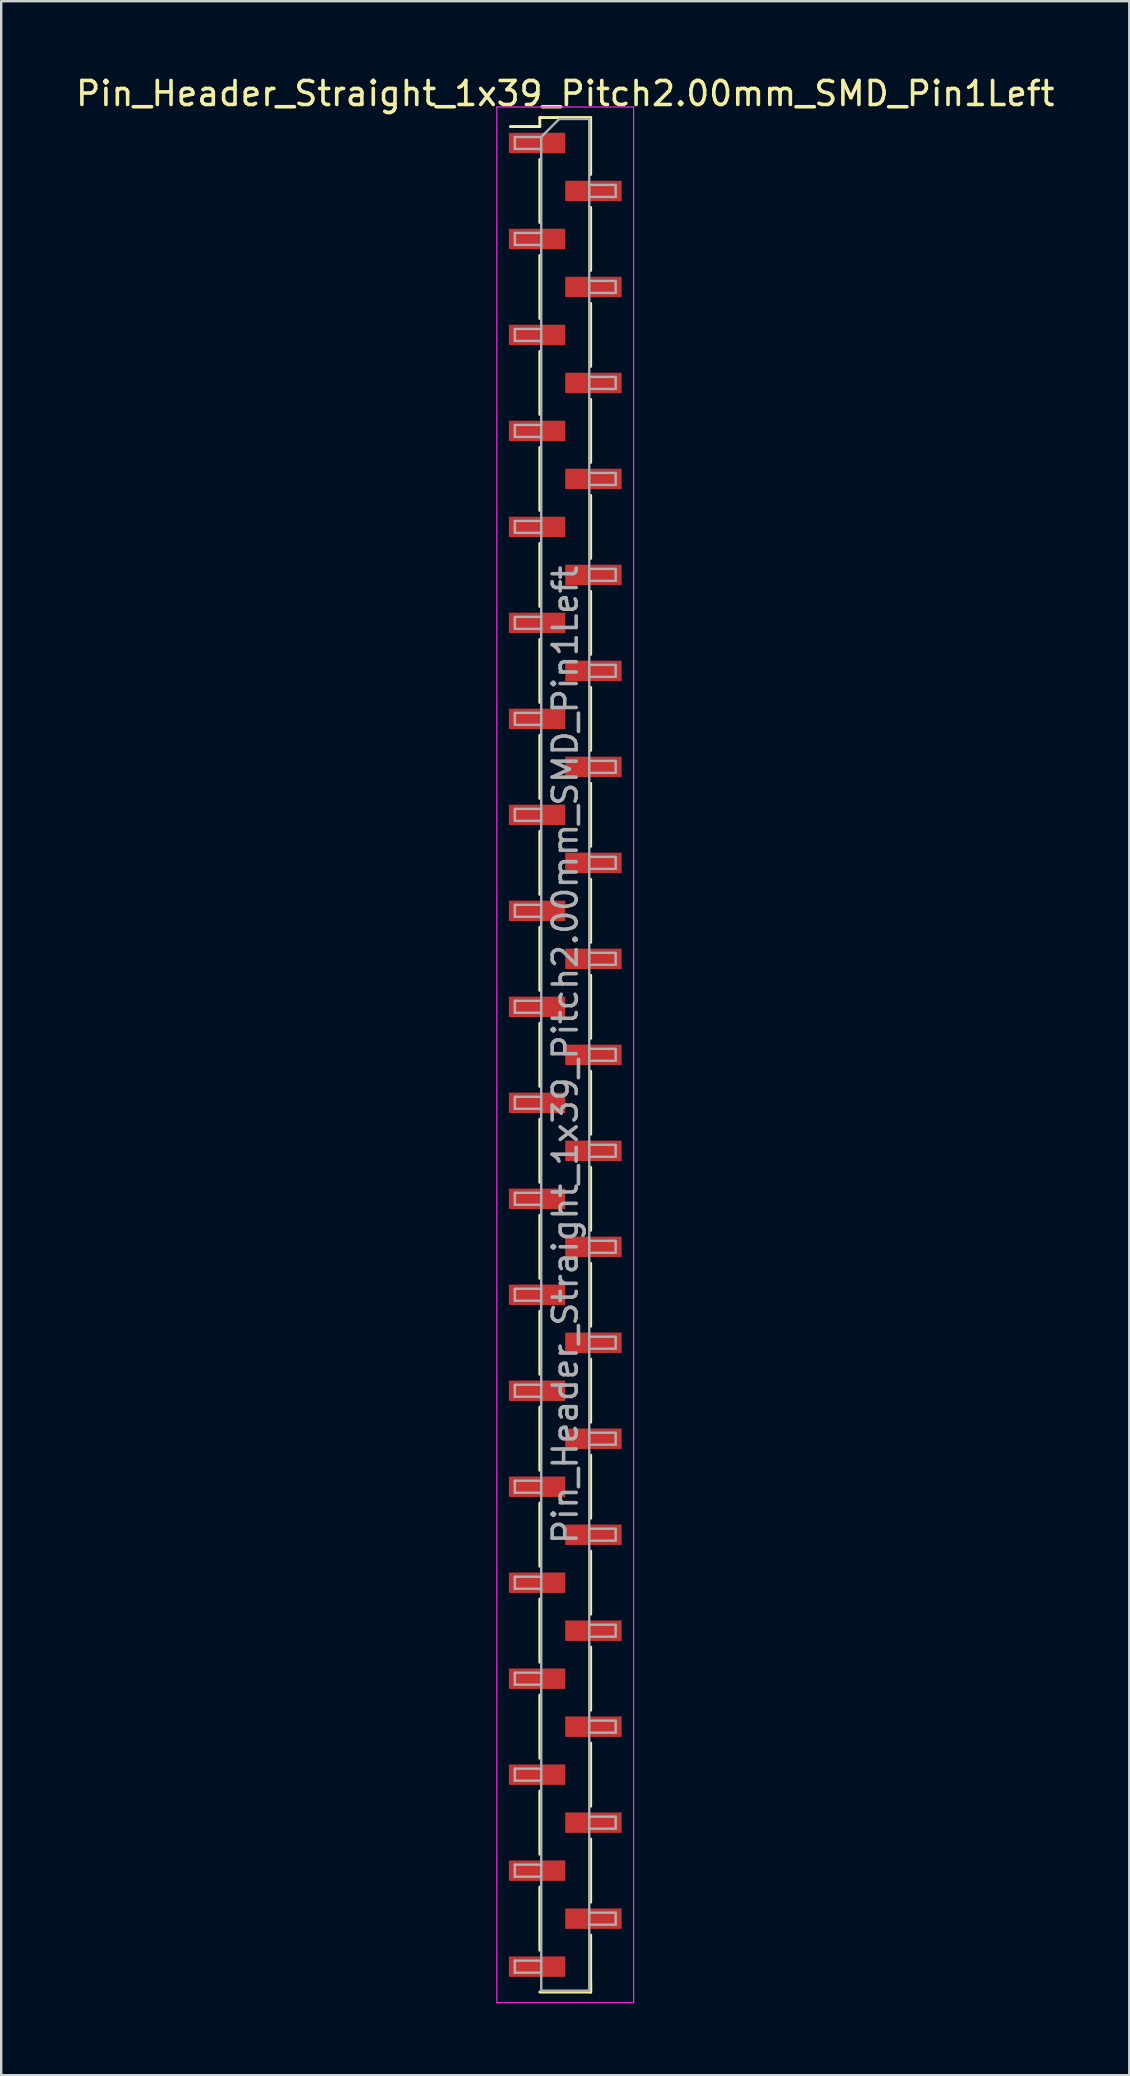
<source format=kicad_pcb>
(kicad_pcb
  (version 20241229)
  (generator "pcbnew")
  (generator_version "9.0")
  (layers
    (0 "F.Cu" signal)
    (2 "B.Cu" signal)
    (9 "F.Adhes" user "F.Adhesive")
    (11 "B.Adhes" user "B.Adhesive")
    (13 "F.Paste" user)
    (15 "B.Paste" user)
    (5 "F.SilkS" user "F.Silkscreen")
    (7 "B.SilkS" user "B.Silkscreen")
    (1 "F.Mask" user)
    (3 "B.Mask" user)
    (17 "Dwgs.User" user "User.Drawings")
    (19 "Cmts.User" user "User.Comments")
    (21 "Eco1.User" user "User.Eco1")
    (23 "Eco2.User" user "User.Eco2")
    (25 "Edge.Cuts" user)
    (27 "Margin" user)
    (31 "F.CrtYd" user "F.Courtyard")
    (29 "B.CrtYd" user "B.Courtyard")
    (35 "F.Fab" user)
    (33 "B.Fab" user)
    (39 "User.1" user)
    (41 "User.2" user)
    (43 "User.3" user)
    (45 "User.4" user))
  (footprint "Pin_Header_Straight_1x39_Pitch2.00mm_SMD_Pin1Left"
    (layer "F.Cu")
    (at 20.506 40.908)
    (property "Reference" "Pin_Header_Straight_1x39_Pitch2.00mm_SMD_Pin1Left" (at 0 -40.06 0) (layer "F.SilkS") (effects (font (size 1 1) (thickness 0.15))))
    (attr smd)
    (fp_line (start -1.06 -39.06) (end -1.06 -38.685) (stroke (width 0.12) (type solid)) (layer "F.SilkS"))
    (fp_line (start -1.06 -39.06) (end 1.06 -39.06) (stroke (width 0.12) (type solid)) (layer "F.SilkS"))
    (fp_line (start -1.06 -38.685) (end -2.29 -38.685) (stroke (width 0.12) (type solid)) (layer "F.SilkS"))
    (fp_line (start -1.06 -37.315) (end -1.06 -34.685) (stroke (width 0.12) (type solid)) (layer "F.SilkS"))
    (fp_line (start -1.06 -33.315) (end -1.06 -30.685) (stroke (width 0.12) (type solid)) (layer "F.SilkS"))
    (fp_line (start -1.06 -29.315) (end -1.06 -26.685) (stroke (width 0.12) (type solid)) (layer "F.SilkS"))
    (fp_line (start -1.06 -25.315) (end -1.06 -22.685) (stroke (width 0.12) (type solid)) (layer "F.SilkS"))
    (fp_line (start -1.06 -21.315) (end -1.06 -18.685) (stroke (width 0.12) (type solid)) (layer "F.SilkS"))
    (fp_line (start -1.06 -17.315) (end -1.06 -14.685) (stroke (width 0.12) (type solid)) (layer "F.SilkS"))
    (fp_line (start -1.06 -13.315) (end -1.06 -10.685) (stroke (width 0.12) (type solid)) (layer "F.SilkS"))
    (fp_line (start -1.06 -9.315) (end -1.06 -6.685) (stroke (width 0.12) (type solid)) (layer "F.SilkS"))
    (fp_line (start -1.06 -5.315) (end -1.06 -2.685) (stroke (width 0.12) (type solid)) (layer "F.SilkS"))
    (fp_line (start -1.06 -1.315) (end -1.06 1.315) (stroke (width 0.12) (type solid)) (layer "F.SilkS"))
    (fp_line (start -1.06 2.685) (end -1.06 5.315) (stroke (width 0.12) (type solid)) (layer "F.SilkS"))
    (fp_line (start -1.06 6.685) (end -1.06 9.315) (stroke (width 0.12) (type solid)) (layer "F.SilkS"))
    (fp_line (start -1.06 10.685) (end -1.06 13.315) (stroke (width 0.12) (type solid)) (layer "F.SilkS"))
    (fp_line (start -1.06 14.685) (end -1.06 17.315) (stroke (width 0.12) (type solid)) (layer "F.SilkS"))
    (fp_line (start -1.06 18.685) (end -1.06 21.315) (stroke (width 0.12) (type solid)) (layer "F.SilkS"))
    (fp_line (start -1.06 22.685) (end -1.06 25.315) (stroke (width 0.12) (type solid)) (layer "F.SilkS"))
    (fp_line (start -1.06 26.685) (end -1.06 29.315) (stroke (width 0.12) (type solid)) (layer "F.SilkS"))
    (fp_line (start -1.06 30.685) (end -1.06 33.315) (stroke (width 0.12) (type solid)) (layer "F.SilkS"))
    (fp_line (start -1.06 34.685) (end -1.06 37.315) (stroke (width 0.12) (type solid)) (layer "F.SilkS"))
    (fp_line (start -1.06 39.06) (end 1.06 39.06) (stroke (width 0.12) (type solid)) (layer "F.SilkS"))
    (fp_line (start 1.06 -39.06) (end 1.06 -36.685) (stroke (width 0.12) (type solid)) (layer "F.SilkS"))
    (fp_line (start 1.06 -35.315) (end 1.06 -32.685) (stroke (width 0.12) (type solid)) (layer "F.SilkS"))
    (fp_line (start 1.06 -31.315) (end 1.06 -28.685) (stroke (width 0.12) (type solid)) (layer "F.SilkS"))
    (fp_line (start 1.06 -27.315) (end 1.06 -24.685) (stroke (width 0.12) (type solid)) (layer "F.SilkS"))
    (fp_line (start 1.06 -23.315) (end 1.06 -20.685) (stroke (width 0.12) (type solid)) (layer "F.SilkS"))
    (fp_line (start 1.06 -19.315) (end 1.06 -16.685) (stroke (width 0.12) (type solid)) (layer "F.SilkS"))
    (fp_line (start 1.06 -15.315) (end 1.06 -12.685) (stroke (width 0.12) (type solid)) (layer "F.SilkS"))
    (fp_line (start 1.06 -11.315) (end 1.06 -8.685) (stroke (width 0.12) (type solid)) (layer "F.SilkS"))
    (fp_line (start 1.06 -7.315) (end 1.06 -4.685) (stroke (width 0.12) (type solid)) (layer "F.SilkS"))
    (fp_line (start 1.06 -3.315) (end 1.06 -0.685) (stroke (width 0.12) (type solid)) (layer "F.SilkS"))
    (fp_line (start 1.06 0.685) (end 1.06 3.315) (stroke (width 0.12) (type solid)) (layer "F.SilkS"))
    (fp_line (start 1.06 4.685) (end 1.06 7.315) (stroke (width 0.12) (type solid)) (layer "F.SilkS"))
    (fp_line (start 1.06 8.685) (end 1.06 11.315) (stroke (width 0.12) (type solid)) (layer "F.SilkS"))
    (fp_line (start 1.06 12.685) (end 1.06 15.315) (stroke (width 0.12) (type solid)) (layer "F.SilkS"))
    (fp_line (start 1.06 16.685) (end 1.06 19.315) (stroke (width 0.12) (type solid)) (layer "F.SilkS"))
    (fp_line (start 1.06 20.685) (end 1.06 23.315) (stroke (width 0.12) (type solid)) (layer "F.SilkS"))
    (fp_line (start 1.06 24.685) (end 1.06 27.315) (stroke (width 0.12) (type solid)) (layer "F.SilkS"))
    (fp_line (start 1.06 28.685) (end 1.06 31.315) (stroke (width 0.12) (type solid)) (layer "F.SilkS"))
    (fp_line (start 1.06 32.685) (end 1.06 35.315) (stroke (width 0.12) (type solid)) (layer "F.SilkS"))
    (fp_line (start 1.06 36.685) (end 1.06 39.06) (stroke (width 0.12) (type solid)) (layer "F.SilkS"))
    (fp_line (start 1.06 38.685) (end 1.06 39.06) (stroke (width 0.12) (type solid)) (layer "F.SilkS"))
    (fp_line (start -2.85 -39.5) (end -2.85 39.5) (stroke (width 0.05) (type solid)) (layer "F.CrtYd"))
    (fp_line (start -2.85 39.5) (end 2.85 39.5) (stroke (width 0.05) (type solid)) (layer "F.CrtYd"))
    (fp_line (start 2.85 -39.5) (end -2.85 -39.5) (stroke (width 0.05) (type solid)) (layer "F.CrtYd"))
    (fp_line (start 2.85 39.5) (end 2.85 -39.5) (stroke (width 0.05) (type solid)) (layer "F.CrtYd"))
    (fp_line (start -2.1 -38.25) (end -2.1 -37.75) (stroke (width 0.1) (type solid)) (layer "F.Fab"))
    (fp_line (start -2.1 -37.75) (end -1 -37.75) (stroke (width 0.1) (type solid)) (layer "F.Fab"))
    (fp_line (start -2.1 -34.25) (end -2.1 -33.75) (stroke (width 0.1) (type solid)) (layer "F.Fab"))
    (fp_line (start -2.1 -33.75) (end -1 -33.75) (stroke (width 0.1) (type solid)) (layer "F.Fab"))
    (fp_line (start -2.1 -30.25) (end -2.1 -29.75) (stroke (width 0.1) (type solid)) (layer "F.Fab"))
    (fp_line (start -2.1 -29.75) (end -1 -29.75) (stroke (width 0.1) (type solid)) (layer "F.Fab"))
    (fp_line (start -2.1 -26.25) (end -2.1 -25.75) (stroke (width 0.1) (type solid)) (layer "F.Fab"))
    (fp_line (start -2.1 -25.75) (end -1 -25.75) (stroke (width 0.1) (type solid)) (layer "F.Fab"))
    (fp_line (start -2.1 -22.25) (end -2.1 -21.75) (stroke (width 0.1) (type solid)) (layer "F.Fab"))
    (fp_line (start -2.1 -21.75) (end -1 -21.75) (stroke (width 0.1) (type solid)) (layer "F.Fab"))
    (fp_line (start -2.1 -18.25) (end -2.1 -17.75) (stroke (width 0.1) (type solid)) (layer "F.Fab"))
    (fp_line (start -2.1 -17.75) (end -1 -17.75) (stroke (width 0.1) (type solid)) (layer "F.Fab"))
    (fp_line (start -2.1 -14.25) (end -2.1 -13.75) (stroke (width 0.1) (type solid)) (layer "F.Fab"))
    (fp_line (start -2.1 -13.75) (end -1 -13.75) (stroke (width 0.1) (type solid)) (layer "F.Fab"))
    (fp_line (start -2.1 -10.25) (end -2.1 -9.75) (stroke (width 0.1) (type solid)) (layer "F.Fab"))
    (fp_line (start -2.1 -9.75) (end -1 -9.75) (stroke (width 0.1) (type solid)) (layer "F.Fab"))
    (fp_line (start -2.1 -6.25) (end -2.1 -5.75) (stroke (width 0.1) (type solid)) (layer "F.Fab"))
    (fp_line (start -2.1 -5.75) (end -1 -5.75) (stroke (width 0.1) (type solid)) (layer "F.Fab"))
    (fp_line (start -2.1 -2.25) (end -2.1 -1.75) (stroke (width 0.1) (type solid)) (layer "F.Fab"))
    (fp_line (start -2.1 -1.75) (end -1 -1.75) (stroke (width 0.1) (type solid)) (layer "F.Fab"))
    (fp_line (start -2.1 1.75) (end -2.1 2.25) (stroke (width 0.1) (type solid)) (layer "F.Fab"))
    (fp_line (start -2.1 2.25) (end -1 2.25) (stroke (width 0.1) (type solid)) (layer "F.Fab"))
    (fp_line (start -2.1 5.75) (end -2.1 6.25) (stroke (width 0.1) (type solid)) (layer "F.Fab"))
    (fp_line (start -2.1 6.25) (end -1 6.25) (stroke (width 0.1) (type solid)) (layer "F.Fab"))
    (fp_line (start -2.1 9.75) (end -2.1 10.25) (stroke (width 0.1) (type solid)) (layer "F.Fab"))
    (fp_line (start -2.1 10.25) (end -1 10.25) (stroke (width 0.1) (type solid)) (layer "F.Fab"))
    (fp_line (start -2.1 13.75) (end -2.1 14.25) (stroke (width 0.1) (type solid)) (layer "F.Fab"))
    (fp_line (start -2.1 14.25) (end -1 14.25) (stroke (width 0.1) (type solid)) (layer "F.Fab"))
    (fp_line (start -2.1 17.75) (end -2.1 18.25) (stroke (width 0.1) (type solid)) (layer "F.Fab"))
    (fp_line (start -2.1 18.25) (end -1 18.25) (stroke (width 0.1) (type solid)) (layer "F.Fab"))
    (fp_line (start -2.1 21.75) (end -2.1 22.25) (stroke (width 0.1) (type solid)) (layer "F.Fab"))
    (fp_line (start -2.1 22.25) (end -1 22.25) (stroke (width 0.1) (type solid)) (layer "F.Fab"))
    (fp_line (start -2.1 25.75) (end -2.1 26.25) (stroke (width 0.1) (type solid)) (layer "F.Fab"))
    (fp_line (start -2.1 26.25) (end -1 26.25) (stroke (width 0.1) (type solid)) (layer "F.Fab"))
    (fp_line (start -2.1 29.75) (end -2.1 30.25) (stroke (width 0.1) (type solid)) (layer "F.Fab"))
    (fp_line (start -2.1 30.25) (end -1 30.25) (stroke (width 0.1) (type solid)) (layer "F.Fab"))
    (fp_line (start -2.1 33.75) (end -2.1 34.25) (stroke (width 0.1) (type solid)) (layer "F.Fab"))
    (fp_line (start -2.1 34.25) (end -1 34.25) (stroke (width 0.1) (type solid)) (layer "F.Fab"))
    (fp_line (start -2.1 37.75) (end -2.1 38.25) (stroke (width 0.1) (type solid)) (layer "F.Fab"))
    (fp_line (start -2.1 38.25) (end -1 38.25) (stroke (width 0.1) (type solid)) (layer "F.Fab"))
    (fp_line (start -1 -38.25) (end -2.1 -38.25) (stroke (width 0.1) (type solid)) (layer "F.Fab"))
    (fp_line (start -1 -38.25) (end -0.25 -39) (stroke (width 0.1) (type solid)) (layer "F.Fab"))
    (fp_line (start -1 -34.25) (end -2.1 -34.25) (stroke (width 0.1) (type solid)) (layer "F.Fab"))
    (fp_line (start -1 -30.25) (end -2.1 -30.25) (stroke (width 0.1) (type solid)) (layer "F.Fab"))
    (fp_line (start -1 -26.25) (end -2.1 -26.25) (stroke (width 0.1) (type solid)) (layer "F.Fab"))
    (fp_line (start -1 -22.25) (end -2.1 -22.25) (stroke (width 0.1) (type solid)) (layer "F.Fab"))
    (fp_line (start -1 -18.25) (end -2.1 -18.25) (stroke (width 0.1) (type solid)) (layer "F.Fab"))
    (fp_line (start -1 -14.25) (end -2.1 -14.25) (stroke (width 0.1) (type solid)) (layer "F.Fab"))
    (fp_line (start -1 -10.25) (end -2.1 -10.25) (stroke (width 0.1) (type solid)) (layer "F.Fab"))
    (fp_line (start -1 -6.25) (end -2.1 -6.25) (stroke (width 0.1) (type solid)) (layer "F.Fab"))
    (fp_line (start -1 -2.25) (end -2.1 -2.25) (stroke (width 0.1) (type solid)) (layer "F.Fab"))
    (fp_line (start -1 1.75) (end -2.1 1.75) (stroke (width 0.1) (type solid)) (layer "F.Fab"))
    (fp_line (start -1 5.75) (end -2.1 5.75) (stroke (width 0.1) (type solid)) (layer "F.Fab"))
    (fp_line (start -1 9.75) (end -2.1 9.75) (stroke (width 0.1) (type solid)) (layer "F.Fab"))
    (fp_line (start -1 13.75) (end -2.1 13.75) (stroke (width 0.1) (type solid)) (layer "F.Fab"))
    (fp_line (start -1 17.75) (end -2.1 17.75) (stroke (width 0.1) (type solid)) (layer "F.Fab"))
    (fp_line (start -1 21.75) (end -2.1 21.75) (stroke (width 0.1) (type solid)) (layer "F.Fab"))
    (fp_line (start -1 25.75) (end -2.1 25.75) (stroke (width 0.1) (type solid)) (layer "F.Fab"))
    (fp_line (start -1 29.75) (end -2.1 29.75) (stroke (width 0.1) (type solid)) (layer "F.Fab"))
    (fp_line (start -1 33.75) (end -2.1 33.75) (stroke (width 0.1) (type solid)) (layer "F.Fab"))
    (fp_line (start -1 37.75) (end -2.1 37.75) (stroke (width 0.1) (type solid)) (layer "F.Fab"))
    (fp_line (start -1 39) (end -1 -38.25) (stroke (width 0.1) (type solid)) (layer "F.Fab"))
    (fp_line (start -0.25 -39) (end 1 -39) (stroke (width 0.1) (type solid)) (layer "F.Fab"))
    (fp_line (start 1 -39) (end 1 39) (stroke (width 0.1) (type solid)) (layer "F.Fab"))
    (fp_line (start 1 -36.25) (end 2.1 -36.25) (stroke (width 0.1) (type solid)) (layer "F.Fab"))
    (fp_line (start 1 -32.25) (end 2.1 -32.25) (stroke (width 0.1) (type solid)) (layer "F.Fab"))
    (fp_line (start 1 -28.25) (end 2.1 -28.25) (stroke (width 0.1) (type solid)) (layer "F.Fab"))
    (fp_line (start 1 -24.25) (end 2.1 -24.25) (stroke (width 0.1) (type solid)) (layer "F.Fab"))
    (fp_line (start 1 -20.25) (end 2.1 -20.25) (stroke (width 0.1) (type solid)) (layer "F.Fab"))
    (fp_line (start 1 -16.25) (end 2.1 -16.25) (stroke (width 0.1) (type solid)) (layer "F.Fab"))
    (fp_line (start 1 -12.25) (end 2.1 -12.25) (stroke (width 0.1) (type solid)) (layer "F.Fab"))
    (fp_line (start 1 -8.25) (end 2.1 -8.25) (stroke (width 0.1) (type solid)) (layer "F.Fab"))
    (fp_line (start 1 -4.25) (end 2.1 -4.25) (stroke (width 0.1) (type solid)) (layer "F.Fab"))
    (fp_line (start 1 -0.25) (end 2.1 -0.25) (stroke (width 0.1) (type solid)) (layer "F.Fab"))
    (fp_line (start 1 3.75) (end 2.1 3.75) (stroke (width 0.1) (type solid)) (layer "F.Fab"))
    (fp_line (start 1 7.75) (end 2.1 7.75) (stroke (width 0.1) (type solid)) (layer "F.Fab"))
    (fp_line (start 1 11.75) (end 2.1 11.75) (stroke (width 0.1) (type solid)) (layer "F.Fab"))
    (fp_line (start 1 15.75) (end 2.1 15.75) (stroke (width 0.1) (type solid)) (layer "F.Fab"))
    (fp_line (start 1 19.75) (end 2.1 19.75) (stroke (width 0.1) (type solid)) (layer "F.Fab"))
    (fp_line (start 1 23.75) (end 2.1 23.75) (stroke (width 0.1) (type solid)) (layer "F.Fab"))
    (fp_line (start 1 27.75) (end 2.1 27.75) (stroke (width 0.1) (type solid)) (layer "F.Fab"))
    (fp_line (start 1 31.75) (end 2.1 31.75) (stroke (width 0.1) (type solid)) (layer "F.Fab"))
    (fp_line (start 1 35.75) (end 2.1 35.75) (stroke (width 0.1) (type solid)) (layer "F.Fab"))
    (fp_line (start 1 39) (end -1 39) (stroke (width 0.1) (type solid)) (layer "F.Fab"))
    (fp_line (start 2.1 -36.25) (end 2.1 -35.75) (stroke (width 0.1) (type solid)) (layer "F.Fab"))
    (fp_line (start 2.1 -35.75) (end 1 -35.75) (stroke (width 0.1) (type solid)) (layer "F.Fab"))
    (fp_line (start 2.1 -32.25) (end 2.1 -31.75) (stroke (width 0.1) (type solid)) (layer "F.Fab"))
    (fp_line (start 2.1 -31.75) (end 1 -31.75) (stroke (width 0.1) (type solid)) (layer "F.Fab"))
    (fp_line (start 2.1 -28.25) (end 2.1 -27.75) (stroke (width 0.1) (type solid)) (layer "F.Fab"))
    (fp_line (start 2.1 -27.75) (end 1 -27.75) (stroke (width 0.1) (type solid)) (layer "F.Fab"))
    (fp_line (start 2.1 -24.25) (end 2.1 -23.75) (stroke (width 0.1) (type solid)) (layer "F.Fab"))
    (fp_line (start 2.1 -23.75) (end 1 -23.75) (stroke (width 0.1) (type solid)) (layer "F.Fab"))
    (fp_line (start 2.1 -20.25) (end 2.1 -19.75) (stroke (width 0.1) (type solid)) (layer "F.Fab"))
    (fp_line (start 2.1 -19.75) (end 1 -19.75) (stroke (width 0.1) (type solid)) (layer "F.Fab"))
    (fp_line (start 2.1 -16.25) (end 2.1 -15.75) (stroke (width 0.1) (type solid)) (layer "F.Fab"))
    (fp_line (start 2.1 -15.75) (end 1 -15.75) (stroke (width 0.1) (type solid)) (layer "F.Fab"))
    (fp_line (start 2.1 -12.25) (end 2.1 -11.75) (stroke (width 0.1) (type solid)) (layer "F.Fab"))
    (fp_line (start 2.1 -11.75) (end 1 -11.75) (stroke (width 0.1) (type solid)) (layer "F.Fab"))
    (fp_line (start 2.1 -8.25) (end 2.1 -7.75) (stroke (width 0.1) (type solid)) (layer "F.Fab"))
    (fp_line (start 2.1 -7.75) (end 1 -7.75) (stroke (width 0.1) (type solid)) (layer "F.Fab"))
    (fp_line (start 2.1 -4.25) (end 2.1 -3.75) (stroke (width 0.1) (type solid)) (layer "F.Fab"))
    (fp_line (start 2.1 -3.75) (end 1 -3.75) (stroke (width 0.1) (type solid)) (layer "F.Fab"))
    (fp_line (start 2.1 -0.25) (end 2.1 0.25) (stroke (width 0.1) (type solid)) (layer "F.Fab"))
    (fp_line (start 2.1 0.25) (end 1 0.25) (stroke (width 0.1) (type solid)) (layer "F.Fab"))
    (fp_line (start 2.1 3.75) (end 2.1 4.25) (stroke (width 0.1) (type solid)) (layer "F.Fab"))
    (fp_line (start 2.1 4.25) (end 1 4.25) (stroke (width 0.1) (type solid)) (layer "F.Fab"))
    (fp_line (start 2.1 7.75) (end 2.1 8.25) (stroke (width 0.1) (type solid)) (layer "F.Fab"))
    (fp_line (start 2.1 8.25) (end 1 8.25) (stroke (width 0.1) (type solid)) (layer "F.Fab"))
    (fp_line (start 2.1 11.75) (end 2.1 12.25) (stroke (width 0.1) (type solid)) (layer "F.Fab"))
    (fp_line (start 2.1 12.25) (end 1 12.25) (stroke (width 0.1) (type solid)) (layer "F.Fab"))
    (fp_line (start 2.1 15.75) (end 2.1 16.25) (stroke (width 0.1) (type solid)) (layer "F.Fab"))
    (fp_line (start 2.1 16.25) (end 1 16.25) (stroke (width 0.1) (type solid)) (layer "F.Fab"))
    (fp_line (start 2.1 19.75) (end 2.1 20.25) (stroke (width 0.1) (type solid)) (layer "F.Fab"))
    (fp_line (start 2.1 20.25) (end 1 20.25) (stroke (width 0.1) (type solid)) (layer "F.Fab"))
    (fp_line (start 2.1 23.75) (end 2.1 24.25) (stroke (width 0.1) (type solid)) (layer "F.Fab"))
    (fp_line (start 2.1 24.25) (end 1 24.25) (stroke (width 0.1) (type solid)) (layer "F.Fab"))
    (fp_line (start 2.1 27.75) (end 2.1 28.25) (stroke (width 0.1) (type solid)) (layer "F.Fab"))
    (fp_line (start 2.1 28.25) (end 1 28.25) (stroke (width 0.1) (type solid)) (layer "F.Fab"))
    (fp_line (start 2.1 31.75) (end 2.1 32.25) (stroke (width 0.1) (type solid)) (layer "F.Fab"))
    (fp_line (start 2.1 32.25) (end 1 32.25) (stroke (width 0.1) (type solid)) (layer "F.Fab"))
    (fp_line (start 2.1 35.75) (end 2.1 36.25) (stroke (width 0.1) (type solid)) (layer "F.Fab"))
    (fp_line (start 2.1 36.25) (end 1 36.25) (stroke (width 0.1) (type solid)) (layer "F.Fab"))
    (fp_text user "${REFERENCE}" (at 0 0 90) (layer "F.Fab") (effects (font (size 1 1) (thickness 0.15))))
    (pad "1" smd rect (at -1.175 -38) (size 2.35 0.85) (layers "F.Cu" "F.Mask" "F.Paste"))
    (pad "2" smd rect (at 1.175 -36) (size 2.35 0.85) (layers "F.Cu" "F.Mask" "F.Paste"))
    (pad "3" smd rect (at -1.175 -34) (size 2.35 0.85) (layers "F.Cu" "F.Mask" "F.Paste"))
    (pad "4" smd rect (at 1.175 -32) (size 2.35 0.85) (layers "F.Cu" "F.Mask" "F.Paste"))
    (pad "5" smd rect (at -1.175 -30) (size 2.35 0.85) (layers "F.Cu" "F.Mask" "F.Paste"))
    (pad "6" smd rect (at 1.175 -28) (size 2.35 0.85) (layers "F.Cu" "F.Mask" "F.Paste"))
    (pad "7" smd rect (at -1.175 -26) (size 2.35 0.85) (layers "F.Cu" "F.Mask" "F.Paste"))
    (pad "8" smd rect (at 1.175 -24) (size 2.35 0.85) (layers "F.Cu" "F.Mask" "F.Paste"))
    (pad "9" smd rect (at -1.175 -22) (size 2.35 0.85) (layers "F.Cu" "F.Mask" "F.Paste"))
    (pad "10" smd rect (at 1.175 -20) (size 2.35 0.85) (layers "F.Cu" "F.Mask" "F.Paste"))
    (pad "11" smd rect (at -1.175 -18) (size 2.35 0.85) (layers "F.Cu" "F.Mask" "F.Paste"))
    (pad "12" smd rect (at 1.175 -16) (size 2.35 0.85) (layers "F.Cu" "F.Mask" "F.Paste"))
    (pad "13" smd rect (at -1.175 -14) (size 2.35 0.85) (layers "F.Cu" "F.Mask" "F.Paste"))
    (pad "14" smd rect (at 1.175 -12) (size 2.35 0.85) (layers "F.Cu" "F.Mask" "F.Paste"))
    (pad "15" smd rect (at -1.175 -10) (size 2.35 0.85) (layers "F.Cu" "F.Mask" "F.Paste"))
    (pad "16" smd rect (at 1.175 -8) (size 2.35 0.85) (layers "F.Cu" "F.Mask" "F.Paste"))
    (pad "17" smd rect (at -1.175 -6) (size 2.35 0.85) (layers "F.Cu" "F.Mask" "F.Paste"))
    (pad "18" smd rect (at 1.175 -4) (size 2.35 0.85) (layers "F.Cu" "F.Mask" "F.Paste"))
    (pad "19" smd rect (at -1.175 -2) (size 2.35 0.85) (layers "F.Cu" "F.Mask" "F.Paste"))
    (pad "20" smd rect (at 1.175 0) (size 2.35 0.85) (layers "F.Cu" "F.Mask" "F.Paste"))
    (pad "21" smd rect (at -1.175 2) (size 2.35 0.85) (layers "F.Cu" "F.Mask" "F.Paste"))
    (pad "22" smd rect (at 1.175 4) (size 2.35 0.85) (layers "F.Cu" "F.Mask" "F.Paste"))
    (pad "23" smd rect (at -1.175 6) (size 2.35 0.85) (layers "F.Cu" "F.Mask" "F.Paste"))
    (pad "24" smd rect (at 1.175 8) (size 2.35 0.85) (layers "F.Cu" "F.Mask" "F.Paste"))
    (pad "25" smd rect (at -1.175 10) (size 2.35 0.85) (layers "F.Cu" "F.Mask" "F.Paste"))
    (pad "26" smd rect (at 1.175 12) (size 2.35 0.85) (layers "F.Cu" "F.Mask" "F.Paste"))
    (pad "27" smd rect (at -1.175 14) (size 2.35 0.85) (layers "F.Cu" "F.Mask" "F.Paste"))
    (pad "28" smd rect (at 1.175 16) (size 2.35 0.85) (layers "F.Cu" "F.Mask" "F.Paste"))
    (pad "29" smd rect (at -1.175 18) (size 2.35 0.85) (layers "F.Cu" "F.Mask" "F.Paste"))
    (pad "30" smd rect (at 1.175 20) (size 2.35 0.85) (layers "F.Cu" "F.Mask" "F.Paste"))
    (pad "31" smd rect (at -1.175 22) (size 2.35 0.85) (layers "F.Cu" "F.Mask" "F.Paste"))
    (pad "32" smd rect (at 1.175 24) (size 2.35 0.85) (layers "F.Cu" "F.Mask" "F.Paste"))
    (pad "33" smd rect (at -1.175 26) (size 2.35 0.85) (layers "F.Cu" "F.Mask" "F.Paste"))
    (pad "34" smd rect (at 1.175 28) (size 2.35 0.85) (layers "F.Cu" "F.Mask" "F.Paste"))
    (pad "35" smd rect (at -1.175 30) (size 2.35 0.85) (layers "F.Cu" "F.Mask" "F.Paste"))
    (pad "36" smd rect (at 1.175 32) (size 2.35 0.85) (layers "F.Cu" "F.Mask" "F.Paste"))
    (pad "37" smd rect (at -1.175 34) (size 2.35 0.85) (layers "F.Cu" "F.Mask" "F.Paste"))
    (pad "38" smd rect (at 1.175 36) (size 2.35 0.85) (layers "F.Cu" "F.Mask" "F.Paste"))
    (pad "39" smd rect (at -1.175 38) (size 2.35 0.85) (layers "F.Cu" "F.Mask" "F.Paste")))
  (gr_rect
    (start -3 -3)
    (end 44.012 83.433)
    (stroke (width 0.1) (type default))
    (fill no)
    (layer "Edge.Cuts")))
</source>
